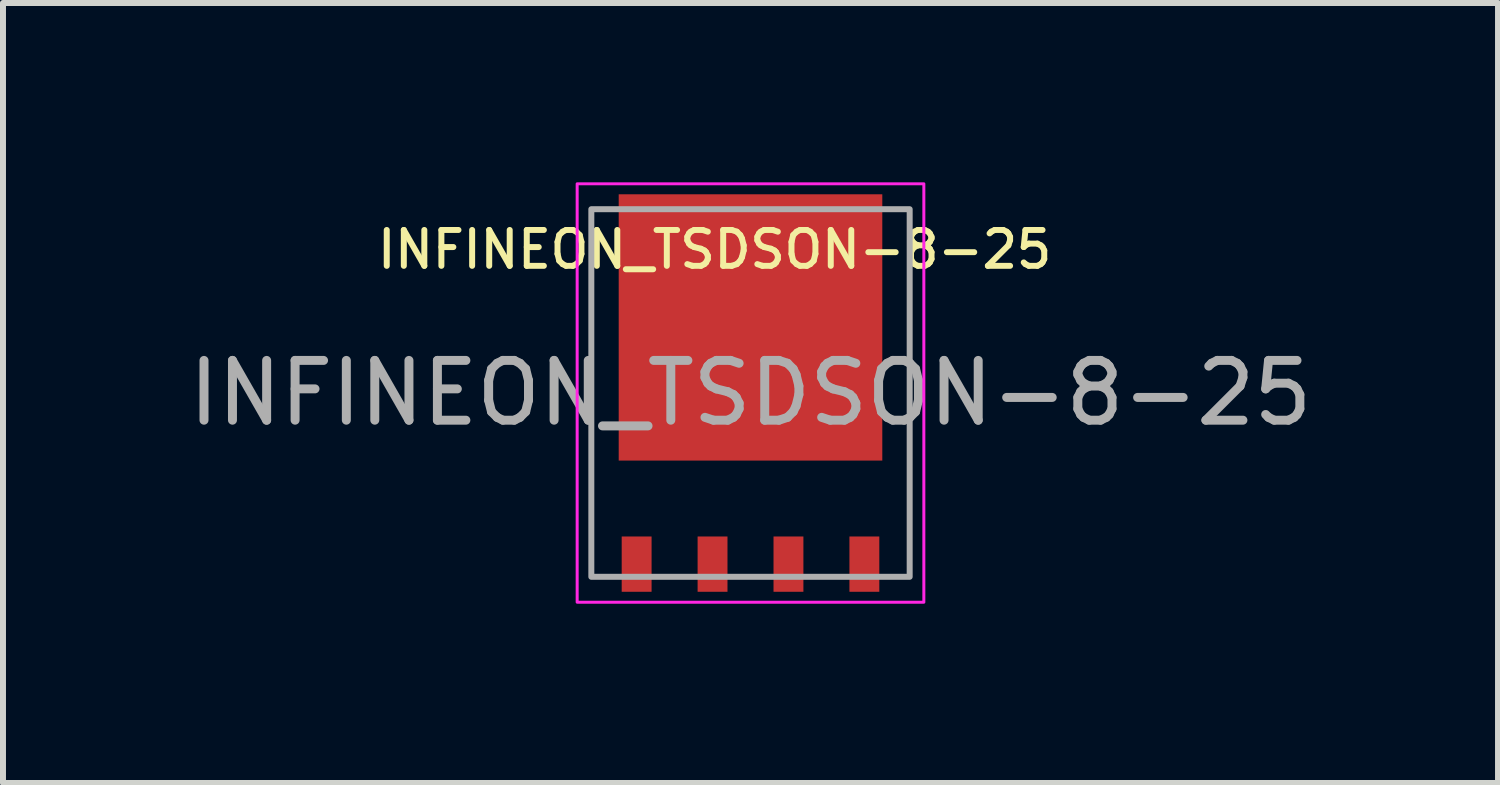
<source format=kicad_pcb>
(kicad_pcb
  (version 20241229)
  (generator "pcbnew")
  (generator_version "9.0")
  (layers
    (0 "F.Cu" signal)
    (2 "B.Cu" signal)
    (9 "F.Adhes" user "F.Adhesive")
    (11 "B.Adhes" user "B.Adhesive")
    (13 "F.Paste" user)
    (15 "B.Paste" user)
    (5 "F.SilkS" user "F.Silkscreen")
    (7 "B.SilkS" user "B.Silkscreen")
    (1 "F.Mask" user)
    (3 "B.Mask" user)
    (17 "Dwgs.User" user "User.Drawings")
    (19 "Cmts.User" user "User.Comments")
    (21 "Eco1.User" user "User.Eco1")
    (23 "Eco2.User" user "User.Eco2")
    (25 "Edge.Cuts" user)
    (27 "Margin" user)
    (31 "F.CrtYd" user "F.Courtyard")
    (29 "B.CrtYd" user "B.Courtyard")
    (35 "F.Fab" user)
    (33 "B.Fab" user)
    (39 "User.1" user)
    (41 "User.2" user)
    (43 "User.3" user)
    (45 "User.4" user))
  (footprint "INFINEON_TSDSON-8-25"
    (layer "F.Cu")
    (at 9.506 3.525)
    (property "Reference" "INFINEON_TSDSON-8-25" (at -0.6 -2.4 0) (unlocked yes) (layer "F.SilkS") (effects (font (size 0.6 0.6) (thickness 0.1))))
    (attr smd)
    (fp_rect (start -2.205 -3.325) (end -1.605 -2.525) (stroke (width 0) (type solid)) (fill yes) (layer "F.Mask"))
    (fp_rect (start -2.205 -2.525) (end 2.205 1.13) (stroke (width 0) (type solid)) (fill yes) (layer "F.Mask"))
    (fp_rect (start -0.935 -3.325) (end -0.335 -2.525) (stroke (width 0) (type solid)) (fill yes) (layer "F.Mask"))
    (fp_rect (start 0.335 -3.325) (end 0.935 -2.525) (stroke (width 0) (type solid)) (fill yes) (layer "F.Mask"))
    (fp_rect (start 1.605 -3.325) (end 2.205 -2.525) (stroke (width 0) (type solid)) (fill yes) (layer "F.Mask"))
    (fp_rect (start -2.155 -3.275) (end -1.655 -2.525) (stroke (width 0) (type solid)) (fill yes) (layer "F.Paste"))
    (fp_rect (start -1.6 -0.825) (end -0.1 -2.325) (stroke (width 0) (type solid)) (fill yes) (layer "F.Paste"))
    (fp_rect (start -1.6 0.875) (end -0.1 -0.625) (stroke (width 0) (type solid)) (fill yes) (layer "F.Paste"))
    (fp_rect (start -0.87 -3.275) (end -0.37 -2.525) (stroke (width 0) (type solid)) (fill yes) (layer "F.Paste"))
    (fp_rect (start 0.1 -0.825) (end 1.6 -2.325) (stroke (width 0) (type solid)) (fill yes) (layer "F.Paste"))
    (fp_rect (start 0.415 -3.275) (end 0.915 -2.525) (stroke (width 0) (type solid)) (fill yes) (layer "F.Paste"))
    (fp_rect (start 1.6 0.875) (end 0.1 -0.625) (stroke (width 0) (type solid)) (fill yes) (layer "F.Paste"))
    (fp_rect (start 1.655 -3.275) (end 2.155 -2.525) (stroke (width 0) (type solid)) (fill yes) (layer "F.Paste"))
    (fp_rect (start -2.9 -3.5) (end 2.9 3.5) (stroke (width 0.05) (type default)) (fill no) (layer "F.CrtYd"))
    (fp_rect (start -2.663 -3.075) (end 2.663 3.075) (stroke (width 0.1) (type default)) (fill no) (layer "F.Fab"))
    (fp_text user "${REFERENCE}" (at 0 0 0) (unlocked yes) (layer "F.Fab") (effects (font (size 1 1) (thickness 0.15))))
    (pad "1" smd rect (at -1.905 2.863) (size 0.5 0.925) (layers "F.Cu" "F.Mask" "F.Paste"))
    (pad "2" smd rect (at -0.635 2.863) (size 0.5 0.925) (layers "F.Cu" "F.Mask" "F.Paste"))
    (pad "3" smd rect (at 0.635 2.863) (size 0.5 0.925) (layers "F.Cu" "F.Mask" "F.Paste"))
    (pad "4" smd rect (at 1.905 2.863) (size 0.5 0.925) (layers "F.Cu" "F.Mask" "F.Paste"))
    (pad "5" smd rect (at 0 -1.097) (size 4.41 4.455) (layers "F.Cu")))
  (gr_rect
    (start -3 -3)
    (end 22.012 10.05)
    (stroke (width 0.1) (type default))
    (fill no)
    (layer "Edge.Cuts")))
</source>
